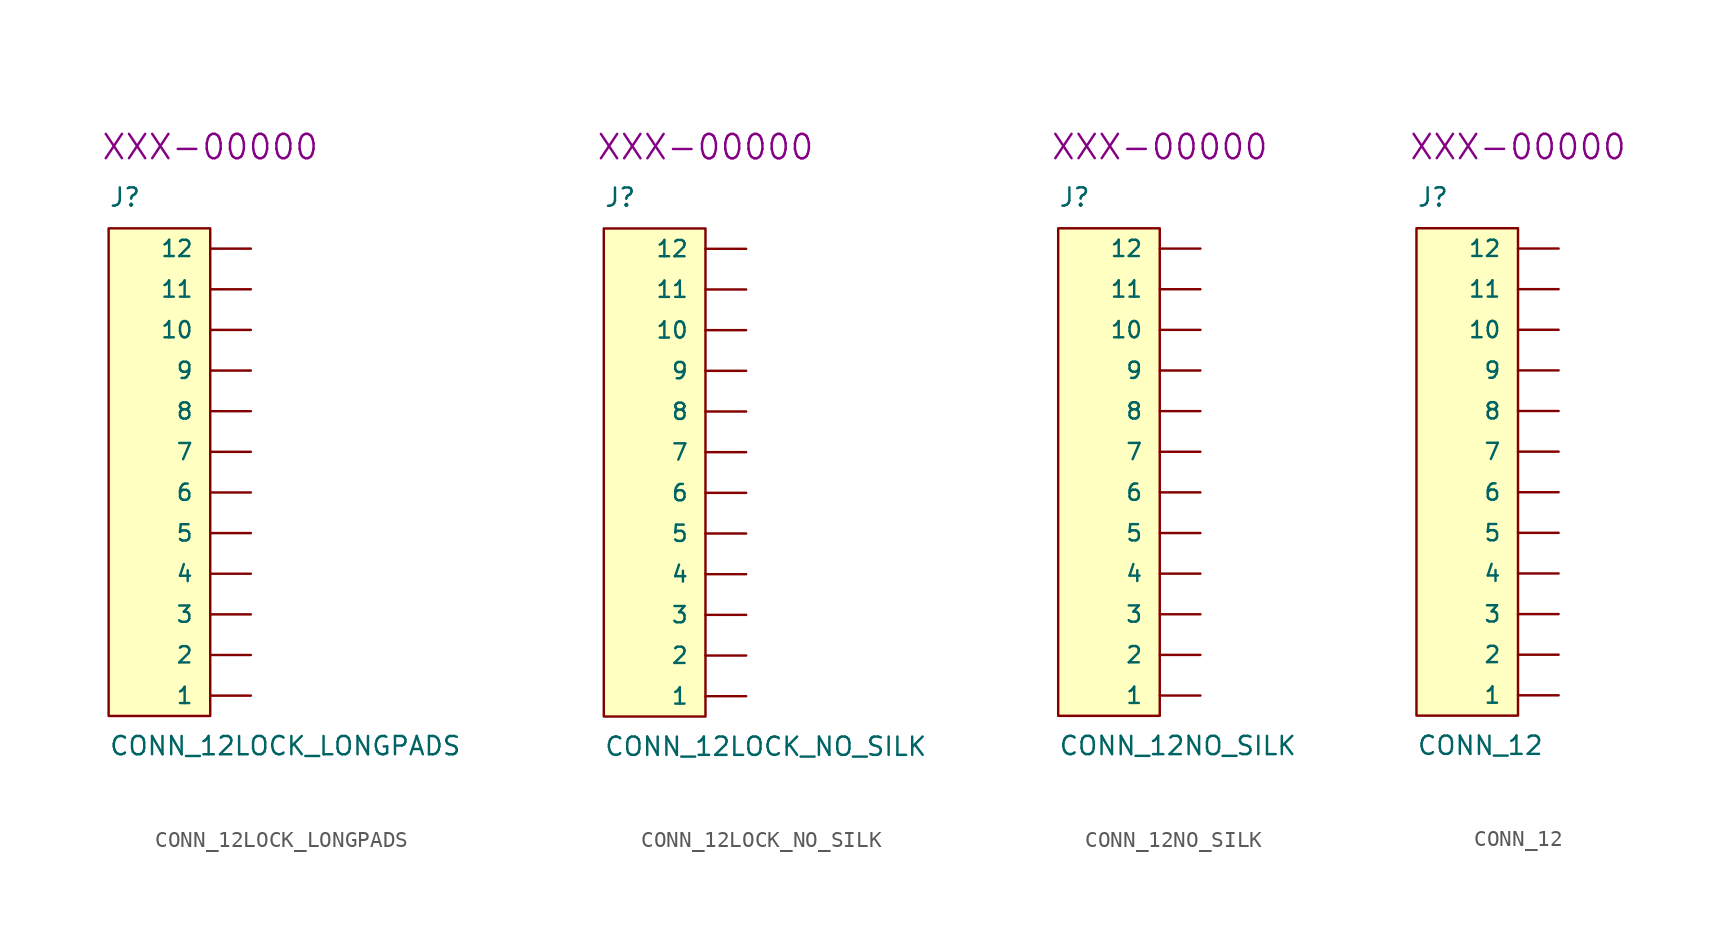
<source format=kicad_sym>
(kicad_symbol_lib
  (version 20220914)
  (generator kicad_symbol_editor)
  (symbol "CONN_12LOCK_LONGPADS"
    (pin_numbers hide)
    (pin_names
      (offset 1.016))
    (property "Reference" "J"
      (at -6.35 30.48 0)
      (effects (font (size 1.143 1.143)) (justify left bottom)))
    (property "Value" "CONN_12LOCK_LONGPADS"
      (at -6.35 -3.81 0)
      (effects (font (size 1.143 1.143)) (justify left bottom)))
    (property "Field4" "XXX-00000"
      (at 0 34.29 0)
      (effects (font (size 1.524 1.524))))
    (property "ki_locked" ""
      (at 0 0 0)
      (effects (font (size 1.27 1.27))))
    (symbol "CONN_12LOCK_LONGPADS_0_1"
      (rectangle (start 0 -1.27) (end -6.35 29.21) (stroke (width 0) (type solid)) (fill (type background))))
    (symbol "CONN_12LOCK_LONGPADS_1_1"
      (pin passive line (at 2.54 0 180) (length 2.54) (name "1" (effects (font (size 1.016 1.016)))) (number "1" (effects (font (size 1.016 1.016)))))
      (pin passive line (at 2.54 22.86 180) (length 2.54) (name "10" (effects (font (size 1.016 1.016)))) (number "10" (effects (font (size 1.016 1.016)))))
      (pin passive line (at 2.54 25.4 180) (length 2.54) (name "11" (effects (font (size 1.016 1.016)))) (number "11" (effects (font (size 1.016 1.016)))))
      (pin passive line (at 2.54 27.94 180) (length 2.54) (name "12" (effects (font (size 1.016 1.016)))) (number "12" (effects (font (size 1.016 1.016)))))
      (pin passive line (at 2.54 2.54 180) (length 2.54) (name "2" (effects (font (size 1.016 1.016)))) (number "2" (effects (font (size 1.016 1.016)))))
      (pin passive line (at 2.54 5.08 180) (length 2.54) (name "3" (effects (font (size 1.016 1.016)))) (number "3" (effects (font (size 1.016 1.016)))))
      (pin passive line (at 2.54 7.62 180) (length 2.54) (name "4" (effects (font (size 1.016 1.016)))) (number "4" (effects (font (size 1.016 1.016)))))
      (pin passive line (at 2.54 10.16 180) (length 2.54) (name "5" (effects (font (size 1.016 1.016)))) (number "5" (effects (font (size 1.016 1.016)))))
      (pin passive line (at 2.54 12.7 180) (length 2.54) (name "6" (effects (font (size 1.016 1.016)))) (number "6" (effects (font (size 1.016 1.016)))))
      (pin passive line (at 2.54 15.24 180) (length 2.54) (name "7" (effects (font (size 1.016 1.016)))) (number "7" (effects (font (size 1.016 1.016)))))
      (pin passive line (at 2.54 17.78 180) (length 2.54) (name "8" (effects (font (size 1.016 1.016)))) (number "8" (effects (font (size 1.016 1.016)))))
      (pin passive line (at 2.54 20.32 180) (length 2.54) (name "9" (effects (font (size 1.016 1.016)))) (number "9" (effects (font (size 1.016 1.016)))))))
  (symbol "CONN_12LOCK_NO_SILK"
    (pin_numbers hide)
    (pin_names
      (offset 1.016))
    (property "Reference" "J"
      (at -6.35 30.48 0)
      (effects (font (size 1.143 1.143)) (justify left bottom)))
    (property "Value" "CONN_12LOCK_NO_SILK"
      (at -6.35 -3.81 0)
      (effects (font (size 1.143 1.143)) (justify left bottom)))
    (property "Field4" "XXX-00000"
      (at 0 34.29 0)
      (effects (font (size 1.524 1.524))))
    (property "ki_locked" ""
      (at 0 0 0)
      (effects (font (size 1.27 1.27))))
    (symbol "CONN_12LOCK_NO_SILK_0_1"
      (rectangle (start 0 -1.27) (end -6.35 29.21) (stroke (width 0) (type solid)) (fill (type background))))
    (symbol "CONN_12LOCK_NO_SILK_1_1"
      (pin passive line (at 2.54 0 180) (length 2.54) (name "1" (effects (font (size 1.016 1.016)))) (number "1" (effects (font (size 1.016 1.016)))))
      (pin passive line (at 2.54 22.86 180) (length 2.54) (name "10" (effects (font (size 1.016 1.016)))) (number "10" (effects (font (size 1.016 1.016)))))
      (pin passive line (at 2.54 25.4 180) (length 2.54) (name "11" (effects (font (size 1.016 1.016)))) (number "11" (effects (font (size 1.016 1.016)))))
      (pin passive line (at 2.54 27.94 180) (length 2.54) (name "12" (effects (font (size 1.016 1.016)))) (number "12" (effects (font (size 1.016 1.016)))))
      (pin passive line (at 2.54 2.54 180) (length 2.54) (name "2" (effects (font (size 1.016 1.016)))) (number "2" (effects (font (size 1.016 1.016)))))
      (pin passive line (at 2.54 5.08 180) (length 2.54) (name "3" (effects (font (size 1.016 1.016)))) (number "3" (effects (font (size 1.016 1.016)))))
      (pin passive line (at 2.54 7.62 180) (length 2.54) (name "4" (effects (font (size 1.016 1.016)))) (number "4" (effects (font (size 1.016 1.016)))))
      (pin passive line (at 2.54 10.16 180) (length 2.54) (name "5" (effects (font (size 1.016 1.016)))) (number "5" (effects (font (size 1.016 1.016)))))
      (pin passive line (at 2.54 12.7 180) (length 2.54) (name "6" (effects (font (size 1.016 1.016)))) (number "6" (effects (font (size 1.016 1.016)))))
      (pin passive line (at 2.54 15.24 180) (length 2.54) (name "7" (effects (font (size 1.016 1.016)))) (number "7" (effects (font (size 1.016 1.016)))))
      (pin passive line (at 2.54 17.78 180) (length 2.54) (name "8" (effects (font (size 1.016 1.016)))) (number "8" (effects (font (size 1.016 1.016)))))
      (pin passive line (at 2.54 20.32 180) (length 2.54) (name "9" (effects (font (size 1.016 1.016)))) (number "9" (effects (font (size 1.016 1.016)))))))
  (symbol "CONN_12NO_SILK"
    (pin_numbers hide)
    (pin_names
      (offset 1.016))
    (property "Reference" "J"
      (at -6.35 30.48 0)
      (effects (font (size 1.143 1.143)) (justify left bottom)))
    (property "Value" "CONN_12NO_SILK"
      (at -6.35 -3.81 0)
      (effects (font (size 1.143 1.143)) (justify left bottom)))
    (property "Field4" "XXX-00000"
      (at 0 34.29 0)
      (effects (font (size 1.524 1.524))))
    (property "ki_locked" ""
      (at 0 0 0)
      (effects (font (size 1.27 1.27))))
    (symbol "CONN_12NO_SILK_0_1"
      (rectangle (start 0 -1.27) (end -6.35 29.21) (stroke (width 0) (type solid)) (fill (type background))))
    (symbol "CONN_12NO_SILK_1_1"
      (pin passive line (at 2.54 0 180) (length 2.54) (name "1" (effects (font (size 1.016 1.016)))) (number "1" (effects (font (size 1.016 1.016)))))
      (pin passive line (at 2.54 22.86 180) (length 2.54) (name "10" (effects (font (size 1.016 1.016)))) (number "10" (effects (font (size 1.016 1.016)))))
      (pin passive line (at 2.54 25.4 180) (length 2.54) (name "11" (effects (font (size 1.016 1.016)))) (number "11" (effects (font (size 1.016 1.016)))))
      (pin passive line (at 2.54 27.94 180) (length 2.54) (name "12" (effects (font (size 1.016 1.016)))) (number "12" (effects (font (size 1.016 1.016)))))
      (pin passive line (at 2.54 2.54 180) (length 2.54) (name "2" (effects (font (size 1.016 1.016)))) (number "2" (effects (font (size 1.016 1.016)))))
      (pin passive line (at 2.54 5.08 180) (length 2.54) (name "3" (effects (font (size 1.016 1.016)))) (number "3" (effects (font (size 1.016 1.016)))))
      (pin passive line (at 2.54 7.62 180) (length 2.54) (name "4" (effects (font (size 1.016 1.016)))) (number "4" (effects (font (size 1.016 1.016)))))
      (pin passive line (at 2.54 10.16 180) (length 2.54) (name "5" (effects (font (size 1.016 1.016)))) (number "5" (effects (font (size 1.016 1.016)))))
      (pin passive line (at 2.54 12.7 180) (length 2.54) (name "6" (effects (font (size 1.016 1.016)))) (number "6" (effects (font (size 1.016 1.016)))))
      (pin passive line (at 2.54 15.24 180) (length 2.54) (name "7" (effects (font (size 1.016 1.016)))) (number "7" (effects (font (size 1.016 1.016)))))
      (pin passive line (at 2.54 17.78 180) (length 2.54) (name "8" (effects (font (size 1.016 1.016)))) (number "8" (effects (font (size 1.016 1.016)))))
      (pin passive line (at 2.54 20.32 180) (length 2.54) (name "9" (effects (font (size 1.016 1.016)))) (number "9" (effects (font (size 1.016 1.016)))))))
  (symbol "CONN_12"
    (pin_numbers hide)
    (pin_names
      (offset 1.016))
    (property "Reference" "J"
      (at -6.35 30.48 0)
      (effects (font (size 1.143 1.143)) (justify left bottom)))
    (property "Value" "CONN_12"
      (at -6.35 -3.81 0)
      (effects (font (size 1.143 1.143)) (justify left bottom)))
    (property "Field4" "XXX-00000"
      (at 0 34.29 0)
      (effects (font (size 1.524 1.524))))
    (property "ki_locked" ""
      (at 0 0 0)
      (effects (font (size 1.27 1.27))))
    (symbol "CONN_12_0_1"
      (rectangle (start 0 -1.27) (end -6.35 29.21) (stroke (width 0) (type solid)) (fill (type background))))
    (symbol "CONN_12_1_1"
      (pin passive line (at 2.54 0 180) (length 2.54) (name "1" (effects (font (size 1.016 1.016)))) (number "1" (effects (font (size 1.016 1.016)))))
      (pin passive line (at 2.54 22.86 180) (length 2.54) (name "10" (effects (font (size 1.016 1.016)))) (number "10" (effects (font (size 1.016 1.016)))))
      (pin passive line (at 2.54 25.4 180) (length 2.54) (name "11" (effects (font (size 1.016 1.016)))) (number "11" (effects (font (size 1.016 1.016)))))
      (pin passive line (at 2.54 27.94 180) (length 2.54) (name "12" (effects (font (size 1.016 1.016)))) (number "12" (effects (font (size 1.016 1.016)))))
      (pin passive line (at 2.54 2.54 180) (length 2.54) (name "2" (effects (font (size 1.016 1.016)))) (number "2" (effects (font (size 1.016 1.016)))))
      (pin passive line (at 2.54 5.08 180) (length 2.54) (name "3" (effects (font (size 1.016 1.016)))) (number "3" (effects (font (size 1.016 1.016)))))
      (pin passive line (at 2.54 7.62 180) (length 2.54) (name "4" (effects (font (size 1.016 1.016)))) (number "4" (effects (font (size 1.016 1.016)))))
      (pin passive line (at 2.54 10.16 180) (length 2.54) (name "5" (effects (font (size 1.016 1.016)))) (number "5" (effects (font (size 1.016 1.016)))))
      (pin passive line (at 2.54 12.7 180) (length 2.54) (name "6" (effects (font (size 1.016 1.016)))) (number "6" (effects (font (size 1.016 1.016)))))
      (pin passive line (at 2.54 15.24 180) (length 2.54) (name "7" (effects (font (size 1.016 1.016)))) (number "7" (effects (font (size 1.016 1.016)))))
      (pin passive line (at 2.54 17.78 180) (length 2.54) (name "8" (effects (font (size 1.016 1.016)))) (number "8" (effects (font (size 1.016 1.016)))))
      (pin passive line (at 2.54 20.32 180) (length 2.54) (name "9" (effects (font (size 1.016 1.016)))) (number "9" (effects (font (size 1.016 1.016))))))))
</source>
